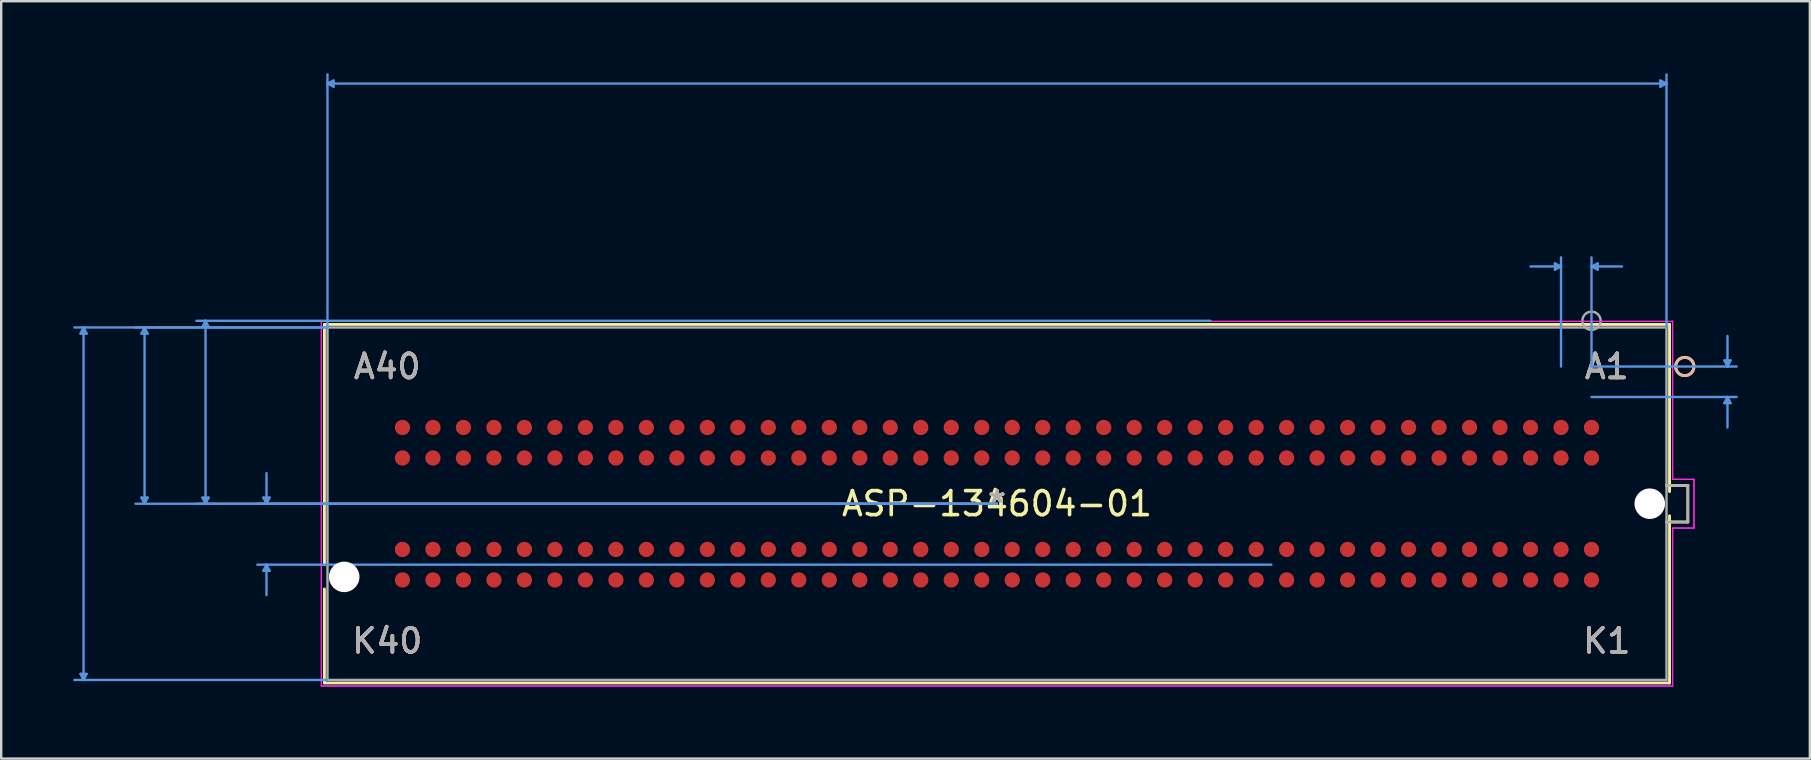
<source format=kicad_pcb>
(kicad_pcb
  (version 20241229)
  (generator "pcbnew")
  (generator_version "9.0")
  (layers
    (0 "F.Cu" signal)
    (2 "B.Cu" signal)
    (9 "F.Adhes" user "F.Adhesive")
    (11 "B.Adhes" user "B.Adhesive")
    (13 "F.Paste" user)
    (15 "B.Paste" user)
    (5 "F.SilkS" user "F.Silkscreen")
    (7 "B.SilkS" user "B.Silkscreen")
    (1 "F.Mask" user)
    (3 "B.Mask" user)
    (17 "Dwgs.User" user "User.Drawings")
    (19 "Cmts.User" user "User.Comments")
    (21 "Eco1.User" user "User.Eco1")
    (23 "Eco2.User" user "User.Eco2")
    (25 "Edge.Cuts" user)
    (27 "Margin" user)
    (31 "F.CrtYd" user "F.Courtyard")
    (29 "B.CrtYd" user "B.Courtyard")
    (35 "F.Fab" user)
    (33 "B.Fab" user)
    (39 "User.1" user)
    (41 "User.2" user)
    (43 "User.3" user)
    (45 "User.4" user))
  (footprint "ASP-134604-01"
    (layer "F.Cu")
    (at 38.48 17.932)
    (property "Reference" "ASP-134604-01" (at 0 0 0) (layer "F.SilkS") (effects (font (size 1 1) (thickness 0.15))))
    (attr through_hole)
    (fp_line (start -28.016 -7.468) (end -28.016 2.543) (stroke (width 0.12) (type solid)) (layer "F.SilkS"))
    (fp_line (start -28.016 3.553) (end -28.016 7.468) (stroke (width 0.12) (type solid)) (layer "F.SilkS"))
    (fp_line (start -28.016 7.468) (end 28.016 7.468) (stroke (width 0.12) (type solid)) (layer "F.SilkS"))
    (fp_line (start 27.889 0.762) (end 28.778 0.762) (stroke (width 0.12) (type solid)) (layer "F.SilkS"))
    (fp_line (start 28.016 -7.468) (end -28.016 -7.468) (stroke (width 0.12) (type solid)) (layer "F.SilkS"))
    (fp_line (start 28.016 -0.505) (end 28.016 -7.468) (stroke (width 0.12) (type solid)) (layer "F.SilkS"))
    (fp_line (start 28.016 7.468) (end 28.016 0.505) (stroke (width 0.12) (type solid)) (layer "F.SilkS"))
    (fp_line (start 28.778 -0.762) (end 27.889 -0.762) (stroke (width 0.12) (type solid)) (layer "F.SilkS"))
    (fp_line (start 28.778 0.762) (end 28.778 -0.762) (stroke (width 0.12) (type solid)) (layer "F.SilkS"))
    (fp_circle (center 28.651 -5.715) (end 29.032 -5.715) (stroke (width 0.12) (type solid)) (fill no) (layer "F.SilkS"))
    (fp_circle (center 28.651 -5.715) (end 29.032 -5.715) (stroke (width 0.12) (type solid)) (fill no) (layer "B.SilkS"))
    (fp_line (start -38.176 -7.087) (end -37.922 -7.087) (stroke (width 0.1) (type solid)) (layer "Cmts.User"))
    (fp_line (start -38.176 7.087) (end -37.922 7.087) (stroke (width 0.1) (type solid)) (layer "Cmts.User"))
    (fp_line (start -38.049 -7.341) (end -38.176 -7.087) (stroke (width 0.1) (type solid)) (layer "Cmts.User"))
    (fp_line (start -38.049 -7.341) (end -38.049 7.341) (stroke (width 0.1) (type solid)) (layer "Cmts.User"))
    (fp_line (start -38.049 -7.341) (end -37.922 -7.087) (stroke (width 0.1) (type solid)) (layer "Cmts.User"))
    (fp_line (start -38.049 7.341) (end -38.176 7.087) (stroke (width 0.1) (type solid)) (layer "Cmts.User"))
    (fp_line (start -38.049 7.341) (end -37.922 7.087) (stroke (width 0.1) (type solid)) (layer "Cmts.User"))
    (fp_line (start -35.636 -7.087) (end -35.382 -7.087) (stroke (width 0.1) (type solid)) (layer "Cmts.User"))
    (fp_line (start -35.636 -0.254) (end -35.382 -0.254) (stroke (width 0.1) (type solid)) (layer "Cmts.User"))
    (fp_line (start -35.509 -7.341) (end -35.636 -7.087) (stroke (width 0.1) (type solid)) (layer "Cmts.User"))
    (fp_line (start -35.509 -7.341) (end -35.509 0) (stroke (width 0.1) (type solid)) (layer "Cmts.User"))
    (fp_line (start -35.509 -7.341) (end -35.382 -7.087) (stroke (width 0.1) (type solid)) (layer "Cmts.User"))
    (fp_line (start -35.509 0) (end -35.636 -0.254) (stroke (width 0.1) (type solid)) (layer "Cmts.User"))
    (fp_line (start -35.509 0) (end -35.382 -0.254) (stroke (width 0.1) (type solid)) (layer "Cmts.User"))
    (fp_line (start -33.096 -7.366) (end -32.842 -7.366) (stroke (width 0.1) (type solid)) (layer "Cmts.User"))
    (fp_line (start -33.096 -0.254) (end -32.842 -0.254) (stroke (width 0.1) (type solid)) (layer "Cmts.User"))
    (fp_line (start -32.969 -7.62) (end -33.096 -7.366) (stroke (width 0.1) (type solid)) (layer "Cmts.User"))
    (fp_line (start -32.969 -7.62) (end -32.969 0) (stroke (width 0.1) (type solid)) (layer "Cmts.User"))
    (fp_line (start -32.969 -7.62) (end -32.842 -7.366) (stroke (width 0.1) (type solid)) (layer "Cmts.User"))
    (fp_line (start -32.969 0) (end -33.096 -0.254) (stroke (width 0.1) (type solid)) (layer "Cmts.User"))
    (fp_line (start -32.969 0) (end -32.842 -0.254) (stroke (width 0.1) (type solid)) (layer "Cmts.User"))
    (fp_line (start -30.556 -0.254) (end -30.302 -0.254) (stroke (width 0.1) (type solid)) (layer "Cmts.User"))
    (fp_line (start -30.556 2.794) (end -30.302 2.794) (stroke (width 0.1) (type solid)) (layer "Cmts.User"))
    (fp_line (start -30.429 0) (end -30.556 -0.254) (stroke (width 0.1) (type solid)) (layer "Cmts.User"))
    (fp_line (start -30.429 0) (end -30.429 -1.27) (stroke (width 0.1) (type solid)) (layer "Cmts.User"))
    (fp_line (start -30.429 0) (end -30.302 -0.254) (stroke (width 0.1) (type solid)) (layer "Cmts.User"))
    (fp_line (start -30.429 2.54) (end -30.556 2.794) (stroke (width 0.1) (type solid)) (layer "Cmts.User"))
    (fp_line (start -30.429 2.54) (end -30.429 3.81) (stroke (width 0.1) (type solid)) (layer "Cmts.User"))
    (fp_line (start -30.429 2.54) (end -30.302 2.794) (stroke (width 0.1) (type solid)) (layer "Cmts.User"))
    (fp_line (start -27.889 -17.501) (end -27.635 -17.628) (stroke (width 0.1) (type solid)) (layer "Cmts.User"))
    (fp_line (start -27.889 -17.501) (end -27.635 -17.374) (stroke (width 0.1) (type solid)) (layer "Cmts.User"))
    (fp_line (start -27.889 -17.501) (end 27.889 -17.501) (stroke (width 0.1) (type solid)) (layer "Cmts.User"))
    (fp_line (start -27.889 -7.341) (end -38.43 -7.341) (stroke (width 0.1) (type solid)) (layer "Cmts.User"))
    (fp_line (start -27.889 -7.341) (end -35.89 -7.341) (stroke (width 0.1) (type solid)) (layer "Cmts.User"))
    (fp_line (start -27.889 -7.341) (end -27.889 -17.882) (stroke (width 0.1) (type solid)) (layer "Cmts.User"))
    (fp_line (start -27.889 7.341) (end -38.43 7.341) (stroke (width 0.1) (type solid)) (layer "Cmts.User"))
    (fp_line (start -27.635 -17.628) (end -27.635 -17.374) (stroke (width 0.1) (type solid)) (layer "Cmts.User"))
    (fp_line (start 0 0) (end -35.89 0) (stroke (width 0.1) (type solid)) (layer "Cmts.User"))
    (fp_line (start 0 0) (end -33.35 0) (stroke (width 0.1) (type solid)) (layer "Cmts.User"))
    (fp_line (start 0 0) (end -30.81 0) (stroke (width 0.1) (type solid)) (layer "Cmts.User"))
    (fp_line (start 8.89 -7.62) (end -33.35 -7.62) (stroke (width 0.1) (type solid)) (layer "Cmts.User"))
    (fp_line (start 11.43 2.54) (end -30.81 2.54) (stroke (width 0.1) (type solid)) (layer "Cmts.User"))
    (fp_line (start 23.241 -10.008) (end 23.241 -9.754) (stroke (width 0.1) (type solid)) (layer "Cmts.User"))
    (fp_line (start 23.495 -9.881) (end 22.225 -9.881) (stroke (width 0.1) (type solid)) (layer "Cmts.User"))
    (fp_line (start 23.495 -9.881) (end 23.241 -10.008) (stroke (width 0.1) (type solid)) (layer "Cmts.User"))
    (fp_line (start 23.495 -9.881) (end 23.241 -9.754) (stroke (width 0.1) (type solid)) (layer "Cmts.User"))
    (fp_line (start 23.495 -5.715) (end 23.495 -10.262) (stroke (width 0.1) (type solid)) (layer "Cmts.User"))
    (fp_line (start 24.765 -9.881) (end 25.019 -10.008) (stroke (width 0.1) (type solid)) (layer "Cmts.User"))
    (fp_line (start 24.765 -9.881) (end 25.019 -9.754) (stroke (width 0.1) (type solid)) (layer "Cmts.User"))
    (fp_line (start 24.765 -9.881) (end 26.035 -9.881) (stroke (width 0.1) (type solid)) (layer "Cmts.User"))
    (fp_line (start 24.765 -5.715) (end 24.765 -10.262) (stroke (width 0.1) (type solid)) (layer "Cmts.User"))
    (fp_line (start 24.765 -5.715) (end 30.81 -5.715) (stroke (width 0.1) (type solid)) (layer "Cmts.User"))
    (fp_line (start 24.765 -4.445) (end 30.81 -4.445) (stroke (width 0.1) (type solid)) (layer "Cmts.User"))
    (fp_line (start 25.019 -10.008) (end 25.019 -9.754) (stroke (width 0.1) (type solid)) (layer "Cmts.User"))
    (fp_line (start 27.635 -17.628) (end 27.635 -17.374) (stroke (width 0.1) (type solid)) (layer "Cmts.User"))
    (fp_line (start 27.889 -17.501) (end 27.635 -17.628) (stroke (width 0.1) (type solid)) (layer "Cmts.User"))
    (fp_line (start 27.889 -17.501) (end 27.635 -17.374) (stroke (width 0.1) (type solid)) (layer "Cmts.User"))
    (fp_line (start 27.889 -7.341) (end 27.889 -17.882) (stroke (width 0.1) (type solid)) (layer "Cmts.User"))
    (fp_line (start 30.302 -5.969) (end 30.556 -5.969) (stroke (width 0.1) (type solid)) (layer "Cmts.User"))
    (fp_line (start 30.302 -4.191) (end 30.556 -4.191) (stroke (width 0.1) (type solid)) (layer "Cmts.User"))
    (fp_line (start 30.429 -5.715) (end 30.302 -5.969) (stroke (width 0.1) (type solid)) (layer "Cmts.User"))
    (fp_line (start 30.429 -5.715) (end 30.429 -6.985) (stroke (width 0.1) (type solid)) (layer "Cmts.User"))
    (fp_line (start 30.429 -5.715) (end 30.556 -5.969) (stroke (width 0.1) (type solid)) (layer "Cmts.User"))
    (fp_line (start 30.429 -4.445) (end 30.302 -4.191) (stroke (width 0.1) (type solid)) (layer "Cmts.User"))
    (fp_line (start 30.429 -4.445) (end 30.429 -3.175) (stroke (width 0.1) (type solid)) (layer "Cmts.User"))
    (fp_line (start 30.429 -4.445) (end 30.556 -4.191) (stroke (width 0.1) (type solid)) (layer "Cmts.User"))
    (fp_line (start -28.143 -7.595) (end -28.143 7.595) (stroke (width 0.05) (type solid)) (layer "F.CrtYd"))
    (fp_line (start -28.143 -7.595) (end -28.143 7.595) (stroke (width 0.05) (type solid)) (layer "F.CrtYd"))
    (fp_line (start -28.143 7.595) (end 28.143 7.595) (stroke (width 0.05) (type solid)) (layer "F.CrtYd"))
    (fp_line (start -28.143 7.595) (end 28.143 7.595) (stroke (width 0.05) (type solid)) (layer "F.CrtYd"))
    (fp_line (start 28.143 -7.595) (end -28.143 -7.595) (stroke (width 0.05) (type solid)) (layer "F.CrtYd"))
    (fp_line (start 28.143 -7.595) (end -28.143 -7.595) (stroke (width 0.05) (type solid)) (layer "F.CrtYd"))
    (fp_line (start 28.143 -1.016) (end 28.143 -7.595) (stroke (width 0.05) (type solid)) (layer "F.CrtYd"))
    (fp_line (start 28.143 -1.016) (end 28.143 -7.595) (stroke (width 0.05) (type solid)) (layer "F.CrtYd"))
    (fp_line (start 28.143 1.016) (end 29.032 1.016) (stroke (width 0.05) (type solid)) (layer "F.CrtYd"))
    (fp_line (start 28.143 1.016) (end 29.032 1.016) (stroke (width 0.05) (type solid)) (layer "F.CrtYd"))
    (fp_line (start 28.143 7.595) (end 28.143 1.016) (stroke (width 0.05) (type solid)) (layer "F.CrtYd"))
    (fp_line (start 28.143 7.595) (end 28.143 1.016) (stroke (width 0.05) (type solid)) (layer "F.CrtYd"))
    (fp_line (start 29.032 -1.016) (end 28.143 -1.016) (stroke (width 0.05) (type solid)) (layer "F.CrtYd"))
    (fp_line (start 29.032 -1.016) (end 28.143 -1.016) (stroke (width 0.05) (type solid)) (layer "F.CrtYd"))
    (fp_line (start 29.032 1.016) (end 29.032 -1.016) (stroke (width 0.05) (type solid)) (layer "F.CrtYd"))
    (fp_line (start 29.032 1.016) (end 29.032 -1.016) (stroke (width 0.05) (type solid)) (layer "F.CrtYd"))
    (fp_line (start -27.889 -7.341) (end -27.889 7.341) (stroke (width 0.1) (type solid)) (layer "F.Fab"))
    (fp_line (start -27.889 7.341) (end 27.889 7.341) (stroke (width 0.1) (type solid)) (layer "F.Fab"))
    (fp_line (start 27.889 -7.341) (end -27.889 -7.341) (stroke (width 0.1) (type solid)) (layer "F.Fab"))
    (fp_line (start 27.889 0.762) (end 28.778 0.762) (stroke (width 0.1) (type solid)) (layer "F.Fab"))
    (fp_line (start 27.889 7.341) (end 27.889 -7.341) (stroke (width 0.1) (type solid)) (layer "F.Fab"))
    (fp_line (start 28.778 -0.762) (end 27.889 -0.762) (stroke (width 0.1) (type solid)) (layer "F.Fab"))
    (fp_line (start 28.778 0.762) (end 28.778 -0.762) (stroke (width 0.1) (type solid)) (layer "F.Fab"))
    (fp_circle (center 24.765 -7.62) (end 25.146 -7.62) (stroke (width 0.1) (type solid)) (fill no) (layer "F.Fab"))
    (fp_text user "A40" (at -25.4 -5.715 0) (layer "F.SilkS") (effects (font (size 1 1) (thickness 0.15))))
    (fp_text user "K40" (at -25.4 5.715 0) (layer "F.SilkS") (effects (font (size 1 1) (thickness 0.15))))
    (fp_text user "*" (at 0 0 0) (layer "F.SilkS") (effects (font (size 1 1) (thickness 0.15))))
    (fp_text user "K1" (at 25.4 5.715 0) (layer "F.SilkS") (effects (font (size 1 1) (thickness 0.15))))
    (fp_text user "A1" (at 25.4 -5.715 0) (layer "F.SilkS") (effects (font (size 1 1) (thickness 0.15))))
    (fp_text user "A40" (at -25.4 -5.715 0) (layer "B.SilkS") (effects (font (size 1 1) (thickness 0.15))))
    (fp_text user "K1" (at 25.4 5.715 0) (layer "B.SilkS") (effects (font (size 1 1) (thickness 0.15))))
    (fp_text user "K40" (at -25.4 5.715 0) (layer "B.SilkS") (effects (font (size 1 1) (thickness 0.15))))
    (fp_text user "A1" (at 25.4 -5.715 0) (layer "B.SilkS") (effects (font (size 1 1) (thickness 0.15))))
    (fp_text user "Copyright 2021 Accelerated Designs. All rights reserved." (at 0 0 0) (layer "Cmts.User") (effects (font (size 0.127 0.127) (thickness 0.002))))
    (fp_text user "*" (at 0 0 0) (layer "F.Fab") (effects (font (size 1 1) (thickness 0.15))))
    (fp_text user "A1" (at 25.4 -5.715 0) (layer "F.Fab") (effects (font (size 1 1) (thickness 0.15))))
    (fp_text user "K1" (at 25.4 5.715 0) (layer "F.Fab") (effects (font (size 1 1) (thickness 0.15))))
    (fp_text user "K40" (at -25.4 5.715 0) (layer "F.Fab") (effects (font (size 1 1) (thickness 0.15))))
    (fp_text user "A40" (at -25.4 -5.715 0) (layer "F.Fab") (effects (font (size 1 1) (thickness 0.15))))
    (pad "" np_thru_hole circle (at -27.191 3.048) (size 1.27 1.27) (drill 1.27) (layers "*.Cu" "*.Mask"))
    (pad "" np_thru_hole circle (at 27.191 0) (size 1.27 1.27) (drill 1.27) (layers "*.Cu" "*.Mask"))
    (pad "C1" smd circle (at 24.765 -3.175) (size 0.635 0.635) (layers "F.Cu" "F.Mask" "F.Paste"))
    (pad "C2" smd circle (at 23.495 -3.175) (size 0.635 0.635) (layers "F.Cu" "F.Mask" "F.Paste"))
    (pad "C3" smd circle (at 22.225 -3.175) (size 0.635 0.635) (layers "F.Cu" "F.Mask" "F.Paste"))
    (pad "C4" smd circle (at 20.955 -3.175) (size 0.635 0.635) (layers "F.Cu" "F.Mask" "F.Paste"))
    (pad "C5" smd circle (at 19.685 -3.175) (size 0.635 0.635) (layers "F.Cu" "F.Mask" "F.Paste"))
    (pad "C6" smd circle (at 18.415 -3.175) (size 0.635 0.635) (layers "F.Cu" "F.Mask" "F.Paste"))
    (pad "C7" smd circle (at 17.145 -3.175) (size 0.635 0.635) (layers "F.Cu" "F.Mask" "F.Paste"))
    (pad "C8" smd circle (at 15.875 -3.175) (size 0.635 0.635) (layers "F.Cu" "F.Mask" "F.Paste"))
    (pad "C9" smd circle (at 14.605 -3.175) (size 0.635 0.635) (layers "F.Cu" "F.Mask" "F.Paste"))
    (pad "C10" smd circle (at 13.335 -3.175) (size 0.635 0.635) (layers "F.Cu" "F.Mask" "F.Paste"))
    (pad "C11" smd circle (at 12.065 -3.175) (size 0.635 0.635) (layers "F.Cu" "F.Mask" "F.Paste"))
    (pad "C12" smd circle (at 10.795 -3.175) (size 0.635 0.635) (layers "F.Cu" "F.Mask" "F.Paste"))
    (pad "C13" smd circle (at 9.525 -3.175) (size 0.635 0.635) (layers "F.Cu" "F.Mask" "F.Paste"))
    (pad "C14" smd circle (at 8.255 -3.175) (size 0.635 0.635) (layers "F.Cu" "F.Mask" "F.Paste"))
    (pad "C15" smd circle (at 6.985 -3.175) (size 0.635 0.635) (layers "F.Cu" "F.Mask" "F.Paste"))
    (pad "C16" smd circle (at 5.715 -3.175) (size 0.635 0.635) (layers "F.Cu" "F.Mask" "F.Paste"))
    (pad "C17" smd circle (at 4.445 -3.175) (size 0.635 0.635) (layers "F.Cu" "F.Mask" "F.Paste"))
    (pad "C18" smd circle (at 3.175 -3.175) (size 0.635 0.635) (layers "F.Cu" "F.Mask" "F.Paste"))
    (pad "C19" smd circle (at 1.905 -3.175) (size 0.635 0.635) (layers "F.Cu" "F.Mask" "F.Paste"))
    (pad "C20" smd circle (at 0.635 -3.175) (size 0.635 0.635) (layers "F.Cu" "F.Mask" "F.Paste"))
    (pad "C21" smd circle (at -0.635 -3.175) (size 0.635 0.635) (layers "F.Cu" "F.Mask" "F.Paste"))
    (pad "C22" smd circle (at -1.905 -3.175) (size 0.635 0.635) (layers "F.Cu" "F.Mask" "F.Paste"))
    (pad "C23" smd circle (at -3.175 -3.175) (size 0.635 0.635) (layers "F.Cu" "F.Mask" "F.Paste"))
    (pad "C24" smd circle (at -4.445 -3.175) (size 0.635 0.635) (layers "F.Cu" "F.Mask" "F.Paste"))
    (pad "C25" smd circle (at -5.715 -3.175) (size 0.635 0.635) (layers "F.Cu" "F.Mask" "F.Paste"))
    (pad "C26" smd circle (at -6.985 -3.175) (size 0.635 0.635) (layers "F.Cu" "F.Mask" "F.Paste"))
    (pad "C27" smd circle (at -8.255 -3.175) (size 0.635 0.635) (layers "F.Cu" "F.Mask" "F.Paste"))
    (pad "C28" smd circle (at -9.525 -3.175) (size 0.635 0.635) (layers "F.Cu" "F.Mask" "F.Paste"))
    (pad "C29" smd circle (at -10.795 -3.175) (size 0.635 0.635) (layers "F.Cu" "F.Mask" "F.Paste"))
    (pad "C30" smd circle (at -12.065 -3.175) (size 0.635 0.635) (layers "F.Cu" "F.Mask" "F.Paste"))
    (pad "C31" smd circle (at -13.335 -3.175) (size 0.635 0.635) (layers "F.Cu" "F.Mask" "F.Paste"))
    (pad "C32" smd circle (at -14.605 -3.175) (size 0.635 0.635) (layers "F.Cu" "F.Mask" "F.Paste"))
    (pad "C33" smd circle (at -15.875 -3.175) (size 0.635 0.635) (layers "F.Cu" "F.Mask" "F.Paste"))
    (pad "C34" smd circle (at -17.145 -3.175) (size 0.635 0.635) (layers "F.Cu" "F.Mask" "F.Paste"))
    (pad "C35" smd circle (at -18.415 -3.175) (size 0.635 0.635) (layers "F.Cu" "F.Mask" "F.Paste"))
    (pad "C36" smd circle (at -19.685 -3.175) (size 0.635 0.635) (layers "F.Cu" "F.Mask" "F.Paste"))
    (pad "C37" smd circle (at -20.955 -3.175) (size 0.635 0.635) (layers "F.Cu" "F.Mask" "F.Paste"))
    (pad "C38" smd circle (at -22.225 -3.175) (size 0.635 0.635) (layers "F.Cu" "F.Mask" "F.Paste"))
    (pad "C39" smd circle (at -23.495 -3.175) (size 0.635 0.635) (layers "F.Cu" "F.Mask" "F.Paste"))
    (pad "C40" smd circle (at -24.765 -3.175) (size 0.635 0.635) (layers "F.Cu" "F.Mask" "F.Paste"))
    (pad "D1" smd circle (at 24.765 -1.905) (size 0.635 0.635) (layers "F.Cu" "F.Mask" "F.Paste"))
    (pad "D2" smd circle (at 23.495 -1.905) (size 0.635 0.635) (layers "F.Cu" "F.Mask" "F.Paste"))
    (pad "D3" smd circle (at 22.225 -1.905) (size 0.635 0.635) (layers "F.Cu" "F.Mask" "F.Paste"))
    (pad "D4" smd circle (at 20.955 -1.905) (size 0.635 0.635) (layers "F.Cu" "F.Mask" "F.Paste"))
    (pad "D5" smd circle (at 19.685 -1.905) (size 0.635 0.635) (layers "F.Cu" "F.Mask" "F.Paste"))
    (pad "D6" smd circle (at 18.415 -1.905) (size 0.635 0.635) (layers "F.Cu" "F.Mask" "F.Paste"))
    (pad "D7" smd circle (at 17.145 -1.905) (size 0.635 0.635) (layers "F.Cu" "F.Mask" "F.Paste"))
    (pad "D8" smd circle (at 15.875 -1.905) (size 0.635 0.635) (layers "F.Cu" "F.Mask" "F.Paste"))
    (pad "D9" smd circle (at 14.605 -1.905) (size 0.635 0.635) (layers "F.Cu" "F.Mask" "F.Paste"))
    (pad "D10" smd circle (at 13.335 -1.905) (size 0.635 0.635) (layers "F.Cu" "F.Mask" "F.Paste"))
    (pad "D11" smd circle (at 12.065 -1.905) (size 0.635 0.635) (layers "F.Cu" "F.Mask" "F.Paste"))
    (pad "D12" smd circle (at 10.795 -1.905) (size 0.635 0.635) (layers "F.Cu" "F.Mask" "F.Paste"))
    (pad "D13" smd circle (at 9.525 -1.905) (size 0.635 0.635) (layers "F.Cu" "F.Mask" "F.Paste"))
    (pad "D14" smd circle (at 8.255 -1.905) (size 0.635 0.635) (layers "F.Cu" "F.Mask" "F.Paste"))
    (pad "D15" smd circle (at 6.985 -1.905) (size 0.635 0.635) (layers "F.Cu" "F.Mask" "F.Paste"))
    (pad "D16" smd circle (at 5.715 -1.905) (size 0.635 0.635) (layers "F.Cu" "F.Mask" "F.Paste"))
    (pad "D17" smd circle (at 4.445 -1.905) (size 0.635 0.635) (layers "F.Cu" "F.Mask" "F.Paste"))
    (pad "D18" smd circle (at 3.175 -1.905) (size 0.635 0.635) (layers "F.Cu" "F.Mask" "F.Paste"))
    (pad "D19" smd circle (at 1.905 -1.905) (size 0.635 0.635) (layers "F.Cu" "F.Mask" "F.Paste"))
    (pad "D20" smd circle (at 0.635 -1.905) (size 0.635 0.635) (layers "F.Cu" "F.Mask" "F.Paste"))
    (pad "D21" smd circle (at -0.635 -1.905) (size 0.635 0.635) (layers "F.Cu" "F.Mask" "F.Paste"))
    (pad "D22" smd circle (at -1.905 -1.905) (size 0.635 0.635) (layers "F.Cu" "F.Mask" "F.Paste"))
    (pad "D23" smd circle (at -3.175 -1.905) (size 0.635 0.635) (layers "F.Cu" "F.Mask" "F.Paste"))
    (pad "D24" smd circle (at -4.445 -1.905) (size 0.635 0.635) (layers "F.Cu" "F.Mask" "F.Paste"))
    (pad "D25" smd circle (at -5.715 -1.905) (size 0.635 0.635) (layers "F.Cu" "F.Mask" "F.Paste"))
    (pad "D26" smd circle (at -6.985 -1.905) (size 0.635 0.635) (layers "F.Cu" "F.Mask" "F.Paste"))
    (pad "D27" smd circle (at -8.255 -1.905) (size 0.635 0.635) (layers "F.Cu" "F.Mask" "F.Paste"))
    (pad "D28" smd circle (at -9.525 -1.905) (size 0.635 0.635) (layers "F.Cu" "F.Mask" "F.Paste"))
    (pad "D29" smd circle (at -10.795 -1.905) (size 0.635 0.635) (layers "F.Cu" "F.Mask" "F.Paste"))
    (pad "D30" smd circle (at -12.065 -1.905) (size 0.635 0.635) (layers "F.Cu" "F.Mask" "F.Paste"))
    (pad "D31" smd circle (at -13.335 -1.905) (size 0.635 0.635) (layers "F.Cu" "F.Mask" "F.Paste"))
    (pad "D32" smd circle (at -14.605 -1.905) (size 0.635 0.635) (layers "F.Cu" "F.Mask" "F.Paste"))
    (pad "D33" smd circle (at -15.875 -1.905) (size 0.635 0.635) (layers "F.Cu" "F.Mask" "F.Paste"))
    (pad "D34" smd circle (at -17.145 -1.905) (size 0.635 0.635) (layers "F.Cu" "F.Mask" "F.Paste"))
    (pad "D35" smd circle (at -18.415 -1.905) (size 0.635 0.635) (layers "F.Cu" "F.Mask" "F.Paste"))
    (pad "D36" smd circle (at -19.685 -1.905) (size 0.635 0.635) (layers "F.Cu" "F.Mask" "F.Paste"))
    (pad "D37" smd circle (at -20.955 -1.905) (size 0.635 0.635) (layers "F.Cu" "F.Mask" "F.Paste"))
    (pad "D38" smd circle (at -22.225 -1.905) (size 0.635 0.635) (layers "F.Cu" "F.Mask" "F.Paste"))
    (pad "D39" smd circle (at -23.495 -1.905) (size 0.635 0.635) (layers "F.Cu" "F.Mask" "F.Paste"))
    (pad "D40" smd circle (at -24.765 -1.905) (size 0.635 0.635) (layers "F.Cu" "F.Mask" "F.Paste"))
    (pad "G1" smd circle (at 24.765 1.905) (size 0.635 0.635) (layers "F.Cu" "F.Mask" "F.Paste"))
    (pad "G2" smd circle (at 23.495 1.905) (size 0.635 0.635) (layers "F.Cu" "F.Mask" "F.Paste"))
    (pad "G3" smd circle (at 22.225 1.905) (size 0.635 0.635) (layers "F.Cu" "F.Mask" "F.Paste"))
    (pad "G4" smd circle (at 20.955 1.905) (size 0.635 0.635) (layers "F.Cu" "F.Mask" "F.Paste"))
    (pad "G5" smd circle (at 19.685 1.905) (size 0.635 0.635) (layers "F.Cu" "F.Mask" "F.Paste"))
    (pad "G6" smd circle (at 18.415 1.905) (size 0.635 0.635) (layers "F.Cu" "F.Mask" "F.Paste"))
    (pad "G7" smd circle (at 17.145 1.905) (size 0.635 0.635) (layers "F.Cu" "F.Mask" "F.Paste"))
    (pad "G8" smd circle (at 15.875 1.905) (size 0.635 0.635) (layers "F.Cu" "F.Mask" "F.Paste"))
    (pad "G9" smd circle (at 14.605 1.905) (size 0.635 0.635) (layers "F.Cu" "F.Mask" "F.Paste"))
    (pad "G10" smd circle (at 13.335 1.905) (size 0.635 0.635) (layers "F.Cu" "F.Mask" "F.Paste"))
    (pad "G11" smd circle (at 12.065 1.905) (size 0.635 0.635) (layers "F.Cu" "F.Mask" "F.Paste"))
    (pad "G12" smd circle (at 10.795 1.905) (size 0.635 0.635) (layers "F.Cu" "F.Mask" "F.Paste"))
    (pad "G13" smd circle (at 9.525 1.905) (size 0.635 0.635) (layers "F.Cu" "F.Mask" "F.Paste"))
    (pad "G14" smd circle (at 8.255 1.905) (size 0.635 0.635) (layers "F.Cu" "F.Mask" "F.Paste"))
    (pad "G15" smd circle (at 6.985 1.905) (size 0.635 0.635) (layers "F.Cu" "F.Mask" "F.Paste"))
    (pad "G16" smd circle (at 5.715 1.905) (size 0.635 0.635) (layers "F.Cu" "F.Mask" "F.Paste"))
    (pad "G17" smd circle (at 4.445 1.905) (size 0.635 0.635) (layers "F.Cu" "F.Mask" "F.Paste"))
    (pad "G18" smd circle (at 3.175 1.905) (size 0.635 0.635) (layers "F.Cu" "F.Mask" "F.Paste"))
    (pad "G19" smd circle (at 1.905 1.905) (size 0.635 0.635) (layers "F.Cu" "F.Mask" "F.Paste"))
    (pad "G20" smd circle (at 0.635 1.905) (size 0.635 0.635) (layers "F.Cu" "F.Mask" "F.Paste"))
    (pad "G21" smd circle (at -0.635 1.905) (size 0.635 0.635) (layers "F.Cu" "F.Mask" "F.Paste"))
    (pad "G22" smd circle (at -1.905 1.905) (size 0.635 0.635) (layers "F.Cu" "F.Mask" "F.Paste"))
    (pad "G23" smd circle (at -3.175 1.905) (size 0.635 0.635) (layers "F.Cu" "F.Mask" "F.Paste"))
    (pad "G24" smd circle (at -4.445 1.905) (size 0.635 0.635) (layers "F.Cu" "F.Mask" "F.Paste"))
    (pad "G25" smd circle (at -5.715 1.905) (size 0.635 0.635) (layers "F.Cu" "F.Mask" "F.Paste"))
    (pad "G26" smd circle (at -6.985 1.905) (size 0.635 0.635) (layers "F.Cu" "F.Mask" "F.Paste"))
    (pad "G27" smd circle (at -8.255 1.905) (size 0.635 0.635) (layers "F.Cu" "F.Mask" "F.Paste"))
    (pad "G28" smd circle (at -9.525 1.905) (size 0.635 0.635) (layers "F.Cu" "F.Mask" "F.Paste"))
    (pad "G29" smd circle (at -10.795 1.905) (size 0.635 0.635) (layers "F.Cu" "F.Mask" "F.Paste"))
    (pad "G30" smd circle (at -12.065 1.905) (size 0.635 0.635) (layers "F.Cu" "F.Mask" "F.Paste"))
    (pad "G31" smd circle (at -13.335 1.905) (size 0.635 0.635) (layers "F.Cu" "F.Mask" "F.Paste"))
    (pad "G32" smd circle (at -14.605 1.905) (size 0.635 0.635) (layers "F.Cu" "F.Mask" "F.Paste"))
    (pad "G33" smd circle (at -15.875 1.905) (size 0.635 0.635) (layers "F.Cu" "F.Mask" "F.Paste"))
    (pad "G34" smd circle (at -17.145 1.905) (size 0.635 0.635) (layers "F.Cu" "F.Mask" "F.Paste"))
    (pad "G35" smd circle (at -18.415 1.905) (size 0.635 0.635) (layers "F.Cu" "F.Mask" "F.Paste"))
    (pad "G36" smd circle (at -19.685 1.905) (size 0.635 0.635) (layers "F.Cu" "F.Mask" "F.Paste"))
    (pad "G37" smd circle (at -20.955 1.905) (size 0.635 0.635) (layers "F.Cu" "F.Mask" "F.Paste"))
    (pad "G38" smd circle (at -22.225 1.905) (size 0.635 0.635) (layers "F.Cu" "F.Mask" "F.Paste"))
    (pad "G39" smd circle (at -23.495 1.905) (size 0.635 0.635) (layers "F.Cu" "F.Mask" "F.Paste"))
    (pad "G40" smd circle (at -24.765 1.905) (size 0.635 0.635) (layers "F.Cu" "F.Mask" "F.Paste"))
    (pad "H1" smd circle (at 24.765 3.175) (size 0.635 0.635) (layers "F.Cu" "F.Mask" "F.Paste"))
    (pad "H2" smd circle (at 23.495 3.175) (size 0.635 0.635) (layers "F.Cu" "F.Mask" "F.Paste"))
    (pad "H3" smd circle (at 22.225 3.175) (size 0.635 0.635) (layers "F.Cu" "F.Mask" "F.Paste"))
    (pad "H4" smd circle (at 20.955 3.175) (size 0.635 0.635) (layers "F.Cu" "F.Mask" "F.Paste"))
    (pad "H5" smd circle (at 19.685 3.175) (size 0.635 0.635) (layers "F.Cu" "F.Mask" "F.Paste"))
    (pad "H6" smd circle (at 18.415 3.175) (size 0.635 0.635) (layers "F.Cu" "F.Mask" "F.Paste"))
    (pad "H7" smd circle (at 17.145 3.175) (size 0.635 0.635) (layers "F.Cu" "F.Mask" "F.Paste"))
    (pad "H8" smd circle (at 15.875 3.175) (size 0.635 0.635) (layers "F.Cu" "F.Mask" "F.Paste"))
    (pad "H9" smd circle (at 14.605 3.175) (size 0.635 0.635) (layers "F.Cu" "F.Mask" "F.Paste"))
    (pad "H10" smd circle (at 13.335 3.175) (size 0.635 0.635) (layers "F.Cu" "F.Mask" "F.Paste"))
    (pad "H11" smd circle (at 12.065 3.175) (size 0.635 0.635) (layers "F.Cu" "F.Mask" "F.Paste"))
    (pad "H12" smd circle (at 10.795 3.175) (size 0.635 0.635) (layers "F.Cu" "F.Mask" "F.Paste"))
    (pad "H13" smd circle (at 9.525 3.175) (size 0.635 0.635) (layers "F.Cu" "F.Mask" "F.Paste"))
    (pad "H14" smd circle (at 8.255 3.175) (size 0.635 0.635) (layers "F.Cu" "F.Mask" "F.Paste"))
    (pad "H15" smd circle (at 6.985 3.175) (size 0.635 0.635) (layers "F.Cu" "F.Mask" "F.Paste"))
    (pad "H16" smd circle (at 5.715 3.175) (size 0.635 0.635) (layers "F.Cu" "F.Mask" "F.Paste"))
    (pad "H17" smd circle (at 4.445 3.175) (size 0.635 0.635) (layers "F.Cu" "F.Mask" "F.Paste"))
    (pad "H18" smd circle (at 3.175 3.175) (size 0.635 0.635) (layers "F.Cu" "F.Mask" "F.Paste"))
    (pad "H19" smd circle (at 1.905 3.175) (size 0.635 0.635) (layers "F.Cu" "F.Mask" "F.Paste"))
    (pad "H20" smd circle (at 0.635 3.175) (size 0.635 0.635) (layers "F.Cu" "F.Mask" "F.Paste"))
    (pad "H21" smd circle (at -0.635 3.175) (size 0.635 0.635) (layers "F.Cu" "F.Mask" "F.Paste"))
    (pad "H22" smd circle (at -1.905 3.175) (size 0.635 0.635) (layers "F.Cu" "F.Mask" "F.Paste"))
    (pad "H23" smd circle (at -3.175 3.175) (size 0.635 0.635) (layers "F.Cu" "F.Mask" "F.Paste"))
    (pad "H24" smd circle (at -4.445 3.175) (size 0.635 0.635) (layers "F.Cu" "F.Mask" "F.Paste"))
    (pad "H25" smd circle (at -5.715 3.175) (size 0.635 0.635) (layers "F.Cu" "F.Mask" "F.Paste"))
    (pad "H26" smd circle (at -6.985 3.175) (size 0.635 0.635) (layers "F.Cu" "F.Mask" "F.Paste"))
    (pad "H27" smd circle (at -8.255 3.175) (size 0.635 0.635) (layers "F.Cu" "F.Mask" "F.Paste"))
    (pad "H28" smd circle (at -9.525 3.175) (size 0.635 0.635) (layers "F.Cu" "F.Mask" "F.Paste"))
    (pad "H29" smd circle (at -10.795 3.175) (size 0.635 0.635) (layers "F.Cu" "F.Mask" "F.Paste"))
    (pad "H30" smd circle (at -12.065 3.175) (size 0.635 0.635) (layers "F.Cu" "F.Mask" "F.Paste"))
    (pad "H31" smd circle (at -13.335 3.175) (size 0.635 0.635) (layers "F.Cu" "F.Mask" "F.Paste"))
    (pad "H32" smd circle (at -14.605 3.175) (size 0.635 0.635) (layers "F.Cu" "F.Mask" "F.Paste"))
    (pad "H33" smd circle (at -15.875 3.175) (size 0.635 0.635) (layers "F.Cu" "F.Mask" "F.Paste"))
    (pad "H34" smd circle (at -17.145 3.175) (size 0.635 0.635) (layers "F.Cu" "F.Mask" "F.Paste"))
    (pad "H35" smd circle (at -18.415 3.175) (size 0.635 0.635) (layers "F.Cu" "F.Mask" "F.Paste"))
    (pad "H36" smd circle (at -19.685 3.175) (size 0.635 0.635) (layers "F.Cu" "F.Mask" "F.Paste"))
    (pad "H37" smd circle (at -20.955 3.175) (size 0.635 0.635) (layers "F.Cu" "F.Mask" "F.Paste"))
    (pad "H38" smd circle (at -22.225 3.175) (size 0.635 0.635) (layers "F.Cu" "F.Mask" "F.Paste"))
    (pad "H39" smd circle (at -23.495 3.175) (size 0.635 0.635) (layers "F.Cu" "F.Mask" "F.Paste"))
    (pad "H40" smd circle (at -24.765 3.175) (size 0.635 0.635) (layers "F.Cu" "F.Mask" "F.Paste")))
  (gr_rect
    (start -3 -3)
    (end 72.34 28.551)
    (stroke (width 0.1) (type default))
    (fill no)
    (layer "Edge.Cuts")))
</source>
